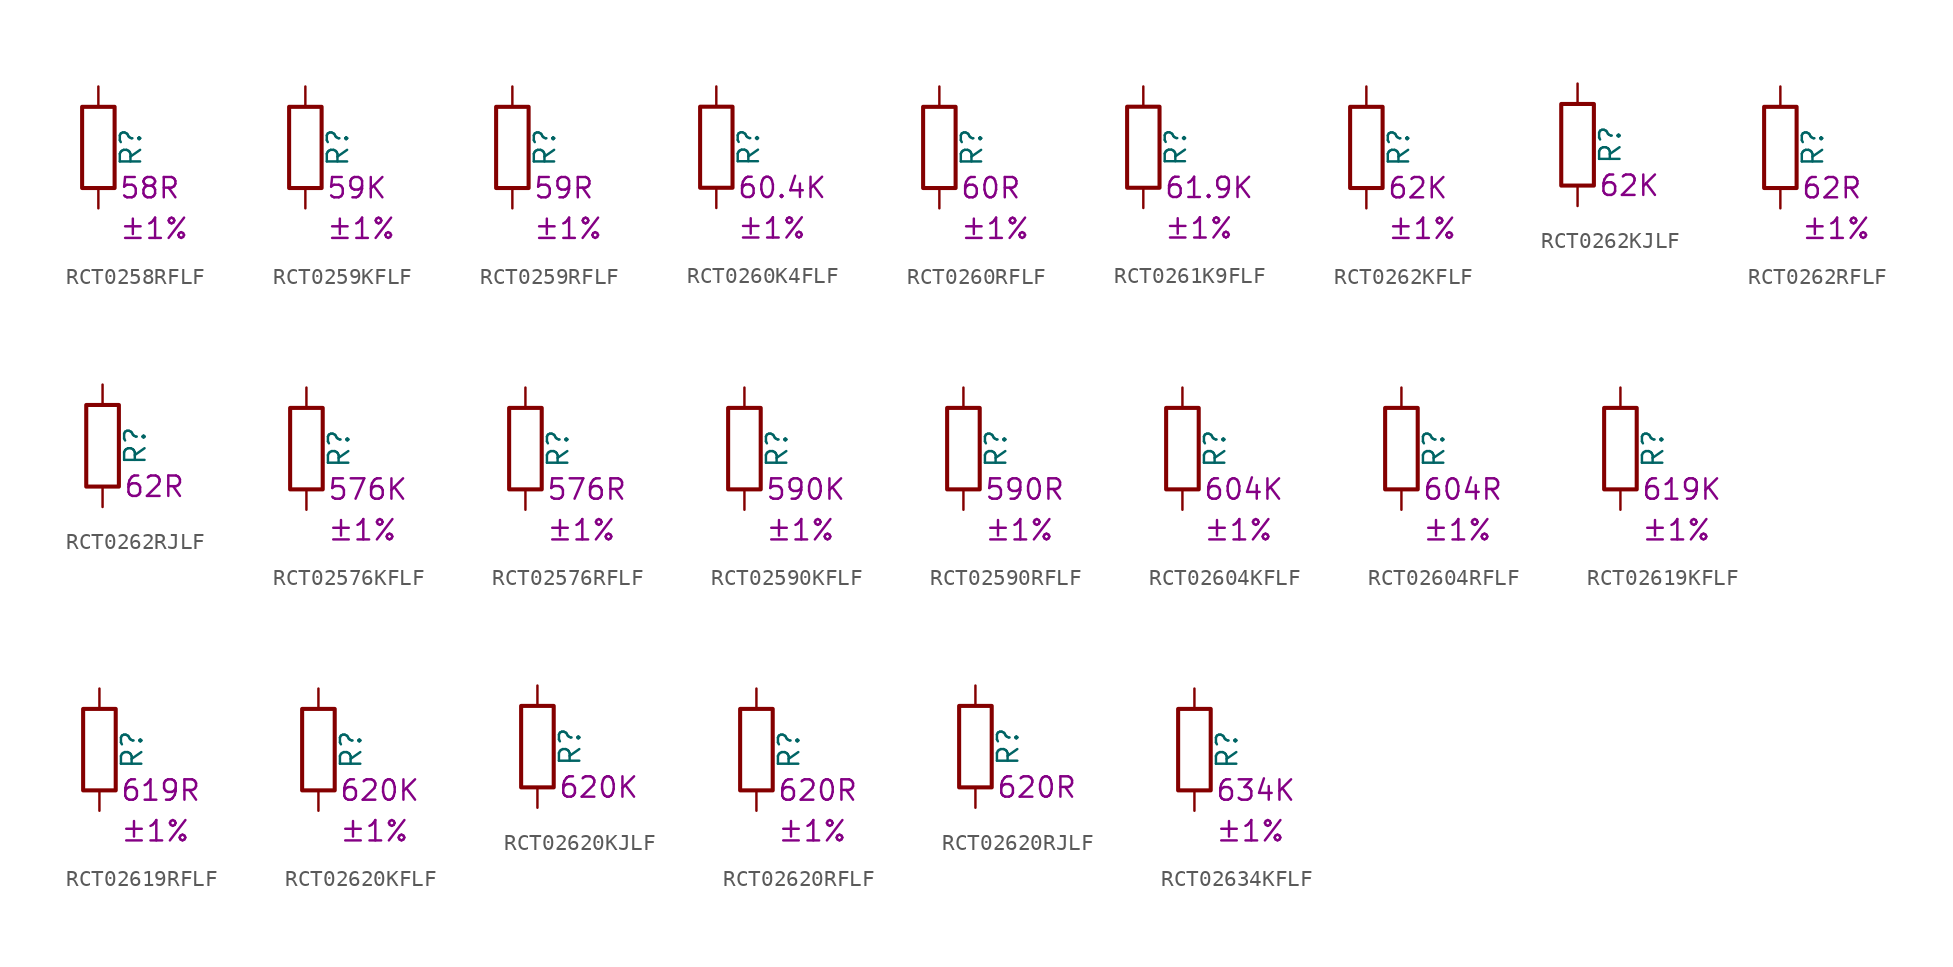
<source format=kicad_sym>
(kicad_symbol_lib
  (version 20220914)
  (generator kicad_symbol_editor)
  (symbol "RCT0258RFLF"
    (pin_numbers hide)
    (pin_names
      (offset 0))
    (property "Reference" "R"
      (at 2.032 0 90)
      (effects (font (size 1.27 1.27))))
    (property "Resistance" "58R"
      (at 1.27 -2.54 0)
      (effects (font (size 1.27 1.27)) (justify left)))
    (property "Tolerance" "±1%"
      (at 1.27 -5.08 0)
      (effects (font (size 1.27 1.27)) (justify left)))
    (symbol "RCT0258RFLF_0_1"
      (rectangle (start -1.016 -2.54) (end 1.016 2.54) (stroke (width 0.254) (type default)) (fill (type none))))
    (symbol "RCT0258RFLF_1_1"
      (pin passive line (at 0 3.81 270) (length 1.27) (name "~" (effects (font (size 1.27 1.27)))) (number "1" (effects (font (size 1.27 1.27)))))
      (pin passive line (at 0 -3.81 90) (length 1.27) (name "~" (effects (font (size 1.27 1.27)))) (number "2" (effects (font (size 1.27 1.27)))))))
  (symbol "RCT0259KFLF"
    (pin_numbers hide)
    (pin_names
      (offset 0))
    (property "Reference" "R"
      (at 2.032 0 90)
      (effects (font (size 1.27 1.27))))
    (property "Resistance" "59K"
      (at 1.27 -2.54 0)
      (effects (font (size 1.27 1.27)) (justify left)))
    (property "Tolerance" "±1%"
      (at 1.27 -5.08 0)
      (effects (font (size 1.27 1.27)) (justify left)))
    (symbol "RCT0259KFLF_0_1"
      (rectangle (start -1.016 -2.54) (end 1.016 2.54) (stroke (width 0.254) (type default)) (fill (type none))))
    (symbol "RCT0259KFLF_1_1"
      (pin passive line (at 0 3.81 270) (length 1.27) (name "~" (effects (font (size 1.27 1.27)))) (number "1" (effects (font (size 1.27 1.27)))))
      (pin passive line (at 0 -3.81 90) (length 1.27) (name "~" (effects (font (size 1.27 1.27)))) (number "2" (effects (font (size 1.27 1.27)))))))
  (symbol "RCT0259RFLF"
    (pin_numbers hide)
    (pin_names
      (offset 0))
    (property "Reference" "R"
      (at 2.032 0 90)
      (effects (font (size 1.27 1.27))))
    (property "Resistance" "59R"
      (at 1.27 -2.54 0)
      (effects (font (size 1.27 1.27)) (justify left)))
    (property "Tolerance" "±1%"
      (at 1.27 -5.08 0)
      (effects (font (size 1.27 1.27)) (justify left)))
    (symbol "RCT0259RFLF_0_1"
      (rectangle (start -1.016 -2.54) (end 1.016 2.54) (stroke (width 0.254) (type default)) (fill (type none))))
    (symbol "RCT0259RFLF_1_1"
      (pin passive line (at 0 3.81 270) (length 1.27) (name "~" (effects (font (size 1.27 1.27)))) (number "1" (effects (font (size 1.27 1.27)))))
      (pin passive line (at 0 -3.81 90) (length 1.27) (name "~" (effects (font (size 1.27 1.27)))) (number "2" (effects (font (size 1.27 1.27)))))))
  (symbol "RCT0260K4FLF"
    (pin_numbers hide)
    (pin_names
      (offset 0))
    (property "Reference" "R"
      (at 2.032 0 90)
      (effects (font (size 1.27 1.27))))
    (property "Resistance" "60.4K"
      (at 1.27 -2.54 0)
      (effects (font (size 1.27 1.27)) (justify left)))
    (property "Tolerance" "±1%"
      (at 1.27 -5.08 0)
      (effects (font (size 1.27 1.27)) (justify left)))
    (symbol "RCT0260K4FLF_0_1"
      (rectangle (start -1.016 -2.54) (end 1.016 2.54) (stroke (width 0.254) (type default)) (fill (type none))))
    (symbol "RCT0260K4FLF_1_1"
      (pin passive line (at 0 3.81 270) (length 1.27) (name "~" (effects (font (size 1.27 1.27)))) (number "1" (effects (font (size 1.27 1.27)))))
      (pin passive line (at 0 -3.81 90) (length 1.27) (name "~" (effects (font (size 1.27 1.27)))) (number "2" (effects (font (size 1.27 1.27)))))))
  (symbol "RCT0260RFLF"
    (pin_numbers hide)
    (pin_names
      (offset 0))
    (property "Reference" "R"
      (at 2.032 0 90)
      (effects (font (size 1.27 1.27))))
    (property "Resistance" "60R"
      (at 1.27 -2.54 0)
      (effects (font (size 1.27 1.27)) (justify left)))
    (property "Tolerance" "±1%"
      (at 1.27 -5.08 0)
      (effects (font (size 1.27 1.27)) (justify left)))
    (symbol "RCT0260RFLF_0_1"
      (rectangle (start -1.016 -2.54) (end 1.016 2.54) (stroke (width 0.254) (type default)) (fill (type none))))
    (symbol "RCT0260RFLF_1_1"
      (pin passive line (at 0 3.81 270) (length 1.27) (name "~" (effects (font (size 1.27 1.27)))) (number "1" (effects (font (size 1.27 1.27)))))
      (pin passive line (at 0 -3.81 90) (length 1.27) (name "~" (effects (font (size 1.27 1.27)))) (number "2" (effects (font (size 1.27 1.27)))))))
  (symbol "RCT0261K9FLF"
    (pin_numbers hide)
    (pin_names
      (offset 0))
    (property "Reference" "R"
      (at 2.032 0 90)
      (effects (font (size 1.27 1.27))))
    (property "Resistance" "61.9K"
      (at 1.27 -2.54 0)
      (effects (font (size 1.27 1.27)) (justify left)))
    (property "Tolerance" "±1%"
      (at 1.27 -5.08 0)
      (effects (font (size 1.27 1.27)) (justify left)))
    (symbol "RCT0261K9FLF_0_1"
      (rectangle (start -1.016 -2.54) (end 1.016 2.54) (stroke (width 0.254) (type default)) (fill (type none))))
    (symbol "RCT0261K9FLF_1_1"
      (pin passive line (at 0 3.81 270) (length 1.27) (name "~" (effects (font (size 1.27 1.27)))) (number "1" (effects (font (size 1.27 1.27)))))
      (pin passive line (at 0 -3.81 90) (length 1.27) (name "~" (effects (font (size 1.27 1.27)))) (number "2" (effects (font (size 1.27 1.27)))))))
  (symbol "RCT0262KFLF"
    (pin_numbers hide)
    (pin_names
      (offset 0))
    (property "Reference" "R"
      (at 2.032 0 90)
      (effects (font (size 1.27 1.27))))
    (property "Resistance" "62K"
      (at 1.27 -2.54 0)
      (effects (font (size 1.27 1.27)) (justify left)))
    (property "Tolerance" "±1%"
      (at 1.27 -5.08 0)
      (effects (font (size 1.27 1.27)) (justify left)))
    (symbol "RCT0262KFLF_0_1"
      (rectangle (start -1.016 -2.54) (end 1.016 2.54) (stroke (width 0.254) (type default)) (fill (type none))))
    (symbol "RCT0262KFLF_1_1"
      (pin passive line (at 0 3.81 270) (length 1.27) (name "~" (effects (font (size 1.27 1.27)))) (number "1" (effects (font (size 1.27 1.27)))))
      (pin passive line (at 0 -3.81 90) (length 1.27) (name "~" (effects (font (size 1.27 1.27)))) (number "2" (effects (font (size 1.27 1.27)))))))
  (symbol "RCT0262KJLF"
    (pin_numbers hide)
    (pin_names
      (offset 0))
    (property "Reference" "R"
      (at 2.032 0 90)
      (effects (font (size 1.27 1.27))))
    (property "Resistance" "62K"
      (at 1.27 -2.54 0)
      (effects (font (size 1.27 1.27)) (justify left)))
    (symbol "RCT0262KJLF_0_1"
      (rectangle (start -1.016 -2.54) (end 1.016 2.54) (stroke (width 0.254) (type default)) (fill (type none))))
    (symbol "RCT0262KJLF_1_1"
      (pin passive line (at 0 3.81 270) (length 1.27) (name "~" (effects (font (size 1.27 1.27)))) (number "1" (effects (font (size 1.27 1.27)))))
      (pin passive line (at 0 -3.81 90) (length 1.27) (name "~" (effects (font (size 1.27 1.27)))) (number "2" (effects (font (size 1.27 1.27)))))))
  (symbol "RCT0262RFLF"
    (pin_numbers hide)
    (pin_names
      (offset 0))
    (property "Reference" "R"
      (at 2.032 0 90)
      (effects (font (size 1.27 1.27))))
    (property "Resistance" "62R"
      (at 1.27 -2.54 0)
      (effects (font (size 1.27 1.27)) (justify left)))
    (property "Tolerance" "±1%"
      (at 1.27 -5.08 0)
      (effects (font (size 1.27 1.27)) (justify left)))
    (symbol "RCT0262RFLF_0_1"
      (rectangle (start -1.016 -2.54) (end 1.016 2.54) (stroke (width 0.254) (type default)) (fill (type none))))
    (symbol "RCT0262RFLF_1_1"
      (pin passive line (at 0 3.81 270) (length 1.27) (name "~" (effects (font (size 1.27 1.27)))) (number "1" (effects (font (size 1.27 1.27)))))
      (pin passive line (at 0 -3.81 90) (length 1.27) (name "~" (effects (font (size 1.27 1.27)))) (number "2" (effects (font (size 1.27 1.27)))))))
  (symbol "RCT0262RJLF"
    (pin_numbers hide)
    (pin_names
      (offset 0))
    (property "Reference" "R"
      (at 2.032 0 90)
      (effects (font (size 1.27 1.27))))
    (property "Resistance" "62R"
      (at 1.27 -2.54 0)
      (effects (font (size 1.27 1.27)) (justify left)))
    (symbol "RCT0262RJLF_0_1"
      (rectangle (start -1.016 -2.54) (end 1.016 2.54) (stroke (width 0.254) (type default)) (fill (type none))))
    (symbol "RCT0262RJLF_1_1"
      (pin passive line (at 0 3.81 270) (length 1.27) (name "~" (effects (font (size 1.27 1.27)))) (number "1" (effects (font (size 1.27 1.27)))))
      (pin passive line (at 0 -3.81 90) (length 1.27) (name "~" (effects (font (size 1.27 1.27)))) (number "2" (effects (font (size 1.27 1.27)))))))
  (symbol "RCT02576KFLF"
    (pin_numbers hide)
    (pin_names
      (offset 0))
    (property "Reference" "R"
      (at 2.032 0 90)
      (effects (font (size 1.27 1.27))))
    (property "Resistance" "576K"
      (at 1.27 -2.54 0)
      (effects (font (size 1.27 1.27)) (justify left)))
    (property "Tolerance" "±1%"
      (at 1.27 -5.08 0)
      (effects (font (size 1.27 1.27)) (justify left)))
    (symbol "RCT02576KFLF_0_1"
      (rectangle (start -1.016 -2.54) (end 1.016 2.54) (stroke (width 0.254) (type default)) (fill (type none))))
    (symbol "RCT02576KFLF_1_1"
      (pin passive line (at 0 3.81 270) (length 1.27) (name "~" (effects (font (size 1.27 1.27)))) (number "1" (effects (font (size 1.27 1.27)))))
      (pin passive line (at 0 -3.81 90) (length 1.27) (name "~" (effects (font (size 1.27 1.27)))) (number "2" (effects (font (size 1.27 1.27)))))))
  (symbol "RCT02576RFLF"
    (pin_numbers hide)
    (pin_names
      (offset 0))
    (property "Reference" "R"
      (at 2.032 0 90)
      (effects (font (size 1.27 1.27))))
    (property "Resistance" "576R"
      (at 1.27 -2.54 0)
      (effects (font (size 1.27 1.27)) (justify left)))
    (property "Tolerance" "±1%"
      (at 1.27 -5.08 0)
      (effects (font (size 1.27 1.27)) (justify left)))
    (symbol "RCT02576RFLF_0_1"
      (rectangle (start -1.016 -2.54) (end 1.016 2.54) (stroke (width 0.254) (type default)) (fill (type none))))
    (symbol "RCT02576RFLF_1_1"
      (pin passive line (at 0 3.81 270) (length 1.27) (name "~" (effects (font (size 1.27 1.27)))) (number "1" (effects (font (size 1.27 1.27)))))
      (pin passive line (at 0 -3.81 90) (length 1.27) (name "~" (effects (font (size 1.27 1.27)))) (number "2" (effects (font (size 1.27 1.27)))))))
  (symbol "RCT02590KFLF"
    (pin_numbers hide)
    (pin_names
      (offset 0))
    (property "Reference" "R"
      (at 2.032 0 90)
      (effects (font (size 1.27 1.27))))
    (property "Resistance" "590K"
      (at 1.27 -2.54 0)
      (effects (font (size 1.27 1.27)) (justify left)))
    (property "Tolerance" "±1%"
      (at 1.27 -5.08 0)
      (effects (font (size 1.27 1.27)) (justify left)))
    (symbol "RCT02590KFLF_0_1"
      (rectangle (start -1.016 -2.54) (end 1.016 2.54) (stroke (width 0.254) (type default)) (fill (type none))))
    (symbol "RCT02590KFLF_1_1"
      (pin passive line (at 0 3.81 270) (length 1.27) (name "~" (effects (font (size 1.27 1.27)))) (number "1" (effects (font (size 1.27 1.27)))))
      (pin passive line (at 0 -3.81 90) (length 1.27) (name "~" (effects (font (size 1.27 1.27)))) (number "2" (effects (font (size 1.27 1.27)))))))
  (symbol "RCT02590RFLF"
    (pin_numbers hide)
    (pin_names
      (offset 0))
    (property "Reference" "R"
      (at 2.032 0 90)
      (effects (font (size 1.27 1.27))))
    (property "Resistance" "590R"
      (at 1.27 -2.54 0)
      (effects (font (size 1.27 1.27)) (justify left)))
    (property "Tolerance" "±1%"
      (at 1.27 -5.08 0)
      (effects (font (size 1.27 1.27)) (justify left)))
    (symbol "RCT02590RFLF_0_1"
      (rectangle (start -1.016 -2.54) (end 1.016 2.54) (stroke (width 0.254) (type default)) (fill (type none))))
    (symbol "RCT02590RFLF_1_1"
      (pin passive line (at 0 3.81 270) (length 1.27) (name "~" (effects (font (size 1.27 1.27)))) (number "1" (effects (font (size 1.27 1.27)))))
      (pin passive line (at 0 -3.81 90) (length 1.27) (name "~" (effects (font (size 1.27 1.27)))) (number "2" (effects (font (size 1.27 1.27)))))))
  (symbol "RCT02604KFLF"
    (pin_numbers hide)
    (pin_names
      (offset 0))
    (property "Reference" "R"
      (at 2.032 0 90)
      (effects (font (size 1.27 1.27))))
    (property "Resistance" "604K"
      (at 1.27 -2.54 0)
      (effects (font (size 1.27 1.27)) (justify left)))
    (property "Tolerance" "±1%"
      (at 1.27 -5.08 0)
      (effects (font (size 1.27 1.27)) (justify left)))
    (symbol "RCT02604KFLF_0_1"
      (rectangle (start -1.016 -2.54) (end 1.016 2.54) (stroke (width 0.254) (type default)) (fill (type none))))
    (symbol "RCT02604KFLF_1_1"
      (pin passive line (at 0 3.81 270) (length 1.27) (name "~" (effects (font (size 1.27 1.27)))) (number "1" (effects (font (size 1.27 1.27)))))
      (pin passive line (at 0 -3.81 90) (length 1.27) (name "~" (effects (font (size 1.27 1.27)))) (number "2" (effects (font (size 1.27 1.27)))))))
  (symbol "RCT02604RFLF"
    (pin_numbers hide)
    (pin_names
      (offset 0))
    (property "Reference" "R"
      (at 2.032 0 90)
      (effects (font (size 1.27 1.27))))
    (property "Resistance" "604R"
      (at 1.27 -2.54 0)
      (effects (font (size 1.27 1.27)) (justify left)))
    (property "Tolerance" "±1%"
      (at 1.27 -5.08 0)
      (effects (font (size 1.27 1.27)) (justify left)))
    (symbol "RCT02604RFLF_0_1"
      (rectangle (start -1.016 -2.54) (end 1.016 2.54) (stroke (width 0.254) (type default)) (fill (type none))))
    (symbol "RCT02604RFLF_1_1"
      (pin passive line (at 0 3.81 270) (length 1.27) (name "~" (effects (font (size 1.27 1.27)))) (number "1" (effects (font (size 1.27 1.27)))))
      (pin passive line (at 0 -3.81 90) (length 1.27) (name "~" (effects (font (size 1.27 1.27)))) (number "2" (effects (font (size 1.27 1.27)))))))
  (symbol "RCT02619KFLF"
    (pin_numbers hide)
    (pin_names
      (offset 0))
    (property "Reference" "R"
      (at 2.032 0 90)
      (effects (font (size 1.27 1.27))))
    (property "Resistance" "619K"
      (at 1.27 -2.54 0)
      (effects (font (size 1.27 1.27)) (justify left)))
    (property "Tolerance" "±1%"
      (at 1.27 -5.08 0)
      (effects (font (size 1.27 1.27)) (justify left)))
    (symbol "RCT02619KFLF_0_1"
      (rectangle (start -1.016 -2.54) (end 1.016 2.54) (stroke (width 0.254) (type default)) (fill (type none))))
    (symbol "RCT02619KFLF_1_1"
      (pin passive line (at 0 3.81 270) (length 1.27) (name "~" (effects (font (size 1.27 1.27)))) (number "1" (effects (font (size 1.27 1.27)))))
      (pin passive line (at 0 -3.81 90) (length 1.27) (name "~" (effects (font (size 1.27 1.27)))) (number "2" (effects (font (size 1.27 1.27)))))))
  (symbol "RCT02619RFLF"
    (pin_numbers hide)
    (pin_names
      (offset 0))
    (property "Reference" "R"
      (at 2.032 0 90)
      (effects (font (size 1.27 1.27))))
    (property "Resistance" "619R"
      (at 1.27 -2.54 0)
      (effects (font (size 1.27 1.27)) (justify left)))
    (property "Tolerance" "±1%"
      (at 1.27 -5.08 0)
      (effects (font (size 1.27 1.27)) (justify left)))
    (symbol "RCT02619RFLF_0_1"
      (rectangle (start -1.016 -2.54) (end 1.016 2.54) (stroke (width 0.254) (type default)) (fill (type none))))
    (symbol "RCT02619RFLF_1_1"
      (pin passive line (at 0 3.81 270) (length 1.27) (name "~" (effects (font (size 1.27 1.27)))) (number "1" (effects (font (size 1.27 1.27)))))
      (pin passive line (at 0 -3.81 90) (length 1.27) (name "~" (effects (font (size 1.27 1.27)))) (number "2" (effects (font (size 1.27 1.27)))))))
  (symbol "RCT02620KFLF"
    (pin_numbers hide)
    (pin_names
      (offset 0))
    (property "Reference" "R"
      (at 2.032 0 90)
      (effects (font (size 1.27 1.27))))
    (property "Resistance" "620K"
      (at 1.27 -2.54 0)
      (effects (font (size 1.27 1.27)) (justify left)))
    (property "Tolerance" "±1%"
      (at 1.27 -5.08 0)
      (effects (font (size 1.27 1.27)) (justify left)))
    (symbol "RCT02620KFLF_0_1"
      (rectangle (start -1.016 -2.54) (end 1.016 2.54) (stroke (width 0.254) (type default)) (fill (type none))))
    (symbol "RCT02620KFLF_1_1"
      (pin passive line (at 0 3.81 270) (length 1.27) (name "~" (effects (font (size 1.27 1.27)))) (number "1" (effects (font (size 1.27 1.27)))))
      (pin passive line (at 0 -3.81 90) (length 1.27) (name "~" (effects (font (size 1.27 1.27)))) (number "2" (effects (font (size 1.27 1.27)))))))
  (symbol "RCT02620KJLF"
    (pin_numbers hide)
    (pin_names
      (offset 0))
    (property "Reference" "R"
      (at 2.032 0 90)
      (effects (font (size 1.27 1.27))))
    (property "Resistance" "620K"
      (at 1.27 -2.54 0)
      (effects (font (size 1.27 1.27)) (justify left)))
    (symbol "RCT02620KJLF_0_1"
      (rectangle (start -1.016 -2.54) (end 1.016 2.54) (stroke (width 0.254) (type default)) (fill (type none))))
    (symbol "RCT02620KJLF_1_1"
      (pin passive line (at 0 3.81 270) (length 1.27) (name "~" (effects (font (size 1.27 1.27)))) (number "1" (effects (font (size 1.27 1.27)))))
      (pin passive line (at 0 -3.81 90) (length 1.27) (name "~" (effects (font (size 1.27 1.27)))) (number "2" (effects (font (size 1.27 1.27)))))))
  (symbol "RCT02620RFLF"
    (pin_numbers hide)
    (pin_names
      (offset 0))
    (property "Reference" "R"
      (at 2.032 0 90)
      (effects (font (size 1.27 1.27))))
    (property "Resistance" "620R"
      (at 1.27 -2.54 0)
      (effects (font (size 1.27 1.27)) (justify left)))
    (property "Tolerance" "±1%"
      (at 1.27 -5.08 0)
      (effects (font (size 1.27 1.27)) (justify left)))
    (symbol "RCT02620RFLF_0_1"
      (rectangle (start -1.016 -2.54) (end 1.016 2.54) (stroke (width 0.254) (type default)) (fill (type none))))
    (symbol "RCT02620RFLF_1_1"
      (pin passive line (at 0 3.81 270) (length 1.27) (name "~" (effects (font (size 1.27 1.27)))) (number "1" (effects (font (size 1.27 1.27)))))
      (pin passive line (at 0 -3.81 90) (length 1.27) (name "~" (effects (font (size 1.27 1.27)))) (number "2" (effects (font (size 1.27 1.27)))))))
  (symbol "RCT02620RJLF"
    (pin_numbers hide)
    (pin_names
      (offset 0))
    (property "Reference" "R"
      (at 2.032 0 90)
      (effects (font (size 1.27 1.27))))
    (property "Resistance" "620R"
      (at 1.27 -2.54 0)
      (effects (font (size 1.27 1.27)) (justify left)))
    (symbol "RCT02620RJLF_0_1"
      (rectangle (start -1.016 -2.54) (end 1.016 2.54) (stroke (width 0.254) (type default)) (fill (type none))))
    (symbol "RCT02620RJLF_1_1"
      (pin passive line (at 0 3.81 270) (length 1.27) (name "~" (effects (font (size 1.27 1.27)))) (number "1" (effects (font (size 1.27 1.27)))))
      (pin passive line (at 0 -3.81 90) (length 1.27) (name "~" (effects (font (size 1.27 1.27)))) (number "2" (effects (font (size 1.27 1.27)))))))
  (symbol "RCT02634KFLF"
    (pin_numbers hide)
    (pin_names
      (offset 0))
    (property "Reference" "R"
      (at 2.032 0 90)
      (effects (font (size 1.27 1.27))))
    (property "Resistance" "634K"
      (at 1.27 -2.54 0)
      (effects (font (size 1.27 1.27)) (justify left)))
    (property "Tolerance" "±1%"
      (at 1.27 -5.08 0)
      (effects (font (size 1.27 1.27)) (justify left)))
    (symbol "RCT02634KFLF_0_1"
      (rectangle (start -1.016 -2.54) (end 1.016 2.54) (stroke (width 0.254) (type default)) (fill (type none))))
    (symbol "RCT02634KFLF_1_1"
      (pin passive line (at 0 3.81 270) (length 1.27) (name "~" (effects (font (size 1.27 1.27)))) (number "1" (effects (font (size 1.27 1.27)))))
      (pin passive line (at 0 -3.81 90) (length 1.27) (name "~" (effects (font (size 1.27 1.27)))) (number "2" (effects (font (size 1.27 1.27))))))))
</source>
